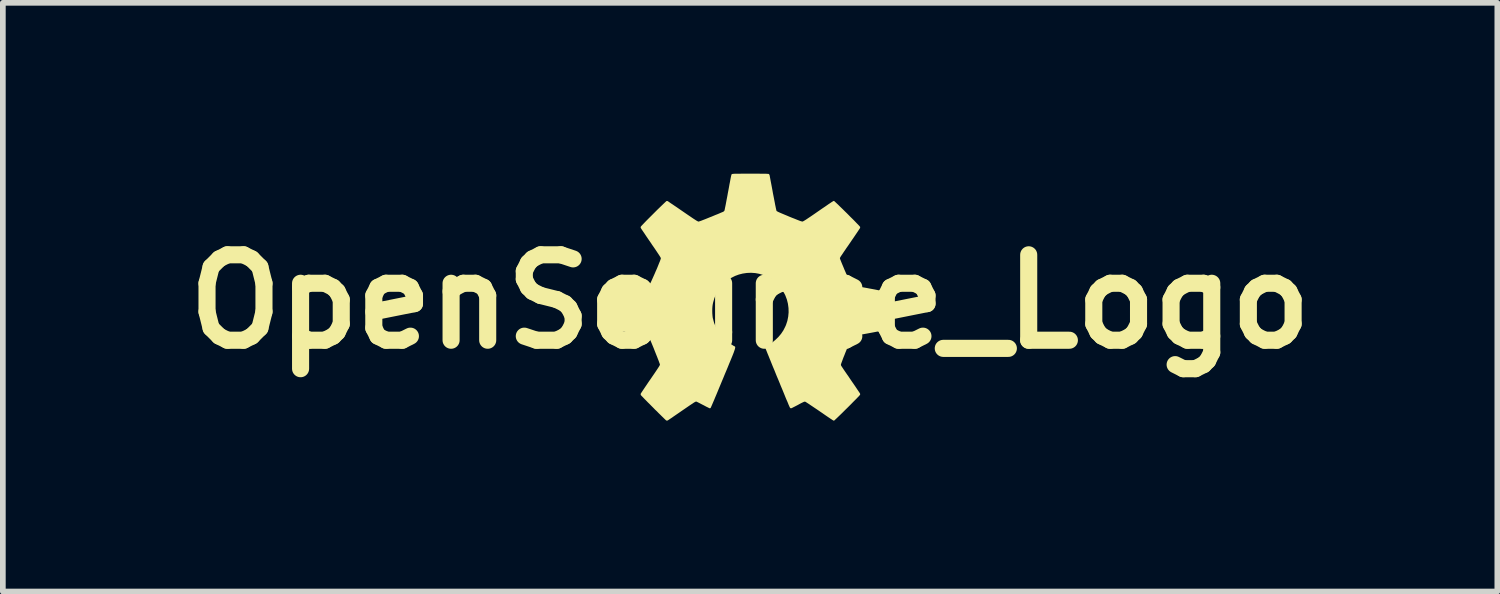
<source format=kicad_pcb>
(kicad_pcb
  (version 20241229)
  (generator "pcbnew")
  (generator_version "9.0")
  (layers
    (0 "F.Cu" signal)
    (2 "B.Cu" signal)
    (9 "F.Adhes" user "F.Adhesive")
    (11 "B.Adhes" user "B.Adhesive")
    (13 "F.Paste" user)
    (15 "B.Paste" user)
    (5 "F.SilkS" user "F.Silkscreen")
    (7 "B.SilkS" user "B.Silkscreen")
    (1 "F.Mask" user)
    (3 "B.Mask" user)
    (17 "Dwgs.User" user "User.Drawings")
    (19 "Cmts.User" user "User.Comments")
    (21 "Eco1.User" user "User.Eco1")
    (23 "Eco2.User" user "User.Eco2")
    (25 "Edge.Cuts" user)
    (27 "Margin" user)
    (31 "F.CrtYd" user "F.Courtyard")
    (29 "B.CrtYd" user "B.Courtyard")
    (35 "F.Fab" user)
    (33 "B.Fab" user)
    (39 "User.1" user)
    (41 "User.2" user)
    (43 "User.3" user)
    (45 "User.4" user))
  (footprint "OpenSource_Logo"
    (layer "F.Cu")
    (at 10.121 2.246)
    (property "Reference" "OpenSource_Logo" (at 0 0 0) (layer "F.SilkS") (effects (font (size 1.5 1.5) (thickness 0.3))))
    (attr board_only exclude_from_pos_files exclude_from_bom)
    (fp_poly (pts (xy 0.067 -2.246) (xy 0.12 -2.246) (xy 0.165 -2.246) (xy 0.203 -2.245) (xy 0.235 -2.245) (xy 0.26 -2.245) (xy 0.281 -2.245) (xy 0.297 -2.244) (xy 0.309 -2.243) (xy 0.318 -2.243) (xy 0.325 -2.242) (xy 0.329 -2.24) (xy 0.332 -2.239) (xy 0.333 -2.238) (xy 0.333 -2.237) (xy 0.34 -2.227) (xy 0.344 -2.214) (xy 0.344 -2.214) (xy 0.361 -2.122) (xy 0.377 -2.039) (xy 0.391 -1.964) (xy 0.403 -1.896) (xy 0.415 -1.836) (xy 0.425 -1.784) (xy 0.434 -1.738) (xy 0.441 -1.699) (xy 0.448 -1.667) (xy 0.453 -1.641) (xy 0.458 -1.62) (xy 0.461 -1.605) (xy 0.464 -1.596) (xy 0.466 -1.591) (xy 0.466 -1.591) (xy 0.47 -1.588) (xy 0.479 -1.583) (xy 0.492 -1.576) (xy 0.511 -1.567) (xy 0.536 -1.556) (xy 0.567 -1.543) (xy 0.605 -1.527) (xy 0.651 -1.508) (xy 0.688 -1.492) (xy 0.737 -1.472) (xy 0.779 -1.456) (xy 0.813 -1.442) (xy 0.841 -1.431) (xy 0.864 -1.422) (xy 0.882 -1.415) (xy 0.896 -1.411) (xy 0.907 -1.408) (xy 0.914 -1.406) (xy 0.92 -1.406) (xy 0.92 -1.406) (xy 0.925 -1.407) (xy 0.931 -1.409) (xy 0.939 -1.414) (xy 0.95 -1.42) (xy 0.965 -1.429) (xy 0.983 -1.44) (xy 1.005 -1.455) (xy 1.032 -1.473) (xy 1.065 -1.495) (xy 1.103 -1.521) (xy 1.148 -1.552) (xy 1.181 -1.575) (xy 1.233 -1.611) (xy 1.278 -1.642) (xy 1.317 -1.668) (xy 1.35 -1.691) (xy 1.377 -1.71) (xy 1.4 -1.725) (xy 1.419 -1.738) (xy 1.433 -1.747) (xy 1.445 -1.755) (xy 1.454 -1.76) (xy 1.46 -1.764) (xy 1.465 -1.766) (xy 1.468 -1.767) (xy 1.47 -1.768) (xy 1.473 -1.768) (xy 1.473 -1.768) (xy 1.478 -1.765) (xy 1.488 -1.756) (xy 1.503 -1.742) (xy 1.522 -1.724) (xy 1.546 -1.702) (xy 1.572 -1.676) (xy 1.601 -1.648) (xy 1.632 -1.618) (xy 1.664 -1.586) (xy 1.697 -1.554) (xy 1.73 -1.521) (xy 1.762 -1.488) (xy 1.794 -1.457) (xy 1.824 -1.427) (xy 1.851 -1.399) (xy 1.875 -1.374) (xy 1.896 -1.353) (xy 1.913 -1.335) (xy 1.924 -1.322) (xy 1.931 -1.315) (xy 1.932 -1.313) (xy 1.933 -1.3) (xy 1.932 -1.293) (xy 1.929 -1.288) (xy 1.921 -1.276) (xy 1.909 -1.258) (xy 1.894 -1.235) (xy 1.875 -1.207) (xy 1.854 -1.176) (xy 1.831 -1.142) (xy 1.806 -1.105) (xy 1.791 -1.084) (xy 1.754 -1.029) (xy 1.721 -0.981) (xy 1.692 -0.94) (xy 1.668 -0.904) (xy 1.647 -0.874) (xy 1.63 -0.848) (xy 1.616 -0.827) (xy 1.604 -0.81) (xy 1.595 -0.797) (xy 1.589 -0.786) (xy 1.584 -0.778) (xy 1.581 -0.772) (xy 1.579 -0.768) (xy 1.578 -0.765) (xy 1.578 -0.762) (xy 1.578 -0.76) (xy 1.578 -0.76) (xy 1.579 -0.753) (xy 1.584 -0.74) (xy 1.592 -0.72) (xy 1.602 -0.695) (xy 1.614 -0.665) (xy 1.628 -0.632) (xy 1.643 -0.596) (xy 1.658 -0.559) (xy 1.675 -0.521) (xy 1.691 -0.483) (xy 1.707 -0.447) (xy 1.722 -0.412) (xy 1.736 -0.381) (xy 1.748 -0.353) (xy 1.758 -0.33) (xy 1.767 -0.313) (xy 1.772 -0.302) (xy 1.774 -0.3) (xy 1.782 -0.292) (xy 1.79 -0.288) (xy 1.795 -0.287) (xy 1.808 -0.284) (xy 1.829 -0.28) (xy 1.856 -0.275) (xy 1.889 -0.269) (xy 1.927 -0.261) (xy 1.97 -0.253) (xy 2.016 -0.245) (xy 2.065 -0.236) (xy 2.095 -0.23) (xy 2.145 -0.221) (xy 2.193 -0.212) (xy 2.237 -0.203) (xy 2.278 -0.195) (xy 2.314 -0.188) (xy 2.345 -0.182) (xy 2.37 -0.177) (xy 2.388 -0.174) (xy 2.398 -0.171) (xy 2.4 -0.17) (xy 2.409 -0.163) (xy 2.411 -0.159) (xy 2.412 -0.154) (xy 2.412 -0.14) (xy 2.412 -0.119) (xy 2.413 -0.091) (xy 2.413 -0.057) (xy 2.413 -0.019) (xy 2.414 0.025) (xy 2.414 0.072) (xy 2.414 0.122) (xy 2.414 0.164) (xy 2.414 0.225) (xy 2.414 0.277) (xy 2.414 0.321) (xy 2.414 0.359) (xy 2.413 0.39) (xy 2.413 0.416) (xy 2.413 0.436) (xy 2.412 0.452) (xy 2.412 0.464) (xy 2.411 0.473) (xy 2.41 0.479) (xy 2.409 0.484) (xy 2.407 0.486) (xy 2.406 0.488) (xy 2.405 0.489) (xy 2.398 0.495) (xy 2.393 0.498) (xy 2.388 0.499) (xy 2.375 0.501) (xy 2.355 0.505) (xy 2.329 0.51) (xy 2.296 0.516) (xy 2.259 0.523) (xy 2.217 0.53) (xy 2.171 0.539) (xy 2.123 0.548) (xy 2.096 0.553) (xy 2.037 0.564) (xy 1.987 0.573) (xy 1.943 0.582) (xy 1.907 0.589) (xy 1.877 0.595) (xy 1.853 0.6) (xy 1.834 0.604) (xy 1.819 0.607) (xy 1.808 0.61) (xy 1.8 0.613) (xy 1.795 0.615) (xy 1.792 0.617) (xy 1.792 0.618) (xy 1.788 0.623) (xy 1.782 0.637) (xy 1.773 0.656) (xy 1.762 0.682) (xy 1.749 0.712) (xy 1.735 0.745) (xy 1.72 0.781) (xy 1.705 0.82) (xy 1.689 0.859) (xy 1.673 0.898) (xy 1.658 0.937) (xy 1.643 0.973) (xy 1.63 1.007) (xy 1.619 1.038) (xy 1.609 1.064) (xy 1.602 1.084) (xy 1.597 1.098) (xy 1.595 1.105) (xy 1.597 1.118) (xy 1.6 1.126) (xy 1.603 1.131) (xy 1.611 1.143) (xy 1.623 1.161) (xy 1.638 1.184) (xy 1.657 1.212) (xy 1.679 1.244) (xy 1.703 1.279) (xy 1.73 1.317) (xy 1.757 1.358) (xy 1.766 1.371) (xy 1.794 1.412) (xy 1.821 1.451) (xy 1.846 1.487) (xy 1.868 1.52) (xy 1.888 1.55) (xy 1.905 1.575) (xy 1.918 1.594) (xy 1.927 1.608) (xy 1.931 1.615) (xy 1.932 1.616) (xy 1.933 1.629) (xy 1.932 1.636) (xy 1.928 1.641) (xy 1.918 1.652) (xy 1.904 1.668) (xy 1.885 1.687) (xy 1.862 1.711) (xy 1.836 1.737) (xy 1.807 1.766) (xy 1.777 1.797) (xy 1.745 1.829) (xy 1.712 1.862) (xy 1.679 1.894) (xy 1.646 1.927) (xy 1.615 1.958) (xy 1.585 1.987) (xy 1.558 2.013) (xy 1.533 2.037) (xy 1.512 2.057) (xy 1.495 2.073) (xy 1.482 2.085) (xy 1.476 2.09) (xy 1.474 2.091) (xy 1.472 2.091) (xy 1.469 2.09) (xy 1.466 2.089) (xy 1.461 2.087) (xy 1.454 2.083) (xy 1.445 2.078) (xy 1.434 2.07) (xy 1.418 2.06) (xy 1.399 2.047) (xy 1.375 2.031) (xy 1.347 2.012) (xy 1.312 1.988) (xy 1.272 1.96) (xy 1.225 1.928) (xy 1.215 1.921) (xy 1.174 1.893) (xy 1.135 1.867) (xy 1.098 1.842) (xy 1.065 1.82) (xy 1.036 1.8) (xy 1.011 1.784) (xy 0.991 1.771) (xy 0.977 1.762) (xy 0.969 1.758) (xy 0.968 1.758) (xy 0.964 1.757) (xy 0.959 1.757) (xy 0.952 1.758) (xy 0.943 1.761) (xy 0.931 1.767) (xy 0.914 1.775) (xy 0.892 1.786) (xy 0.864 1.801) (xy 0.841 1.814) (xy 0.812 1.829) (xy 0.785 1.843) (xy 0.761 1.855) (xy 0.742 1.865) (xy 0.728 1.871) (xy 0.721 1.874) (xy 0.72 1.874) (xy 0.711 1.872) (xy 0.704 1.867) (xy 0.697 1.856) (xy 0.691 1.843) (xy 0.686 1.831) (xy 0.677 1.812) (xy 0.667 1.786) (xy 0.654 1.755) (xy 0.638 1.719) (xy 0.621 1.678) (xy 0.603 1.633) (xy 0.583 1.584) (xy 0.562 1.533) (xy 0.539 1.479) (xy 0.517 1.424) (xy 0.494 1.368) (xy 0.47 1.312) (xy 0.447 1.255) (xy 0.425 1.2) (xy 0.402 1.146) (xy 0.381 1.094) (xy 0.361 1.044) (xy 0.342 0.998) (xy 0.325 0.955) (xy 0.309 0.917) (xy 0.296 0.884) (xy 0.285 0.857) (xy 0.276 0.835) (xy 0.27 0.821) (xy 0.268 0.814) (xy 0.268 0.813) (xy 0.269 0.805) (xy 0.275 0.797) (xy 0.285 0.788) (xy 0.301 0.776) (xy 0.31 0.771) (xy 0.381 0.724) (xy 0.443 0.674) (xy 0.498 0.621) (xy 0.545 0.565) (xy 0.585 0.505) (xy 0.617 0.442) (xy 0.631 0.411) (xy 0.655 0.338) (xy 0.67 0.263) (xy 0.677 0.188) (xy 0.675 0.113) (xy 0.665 0.038) (xy 0.647 -0.035) (xy 0.62 -0.107) (xy 0.606 -0.135) (xy 0.568 -0.201) (xy 0.524 -0.261) (xy 0.474 -0.315) (xy 0.42 -0.363) (xy 0.36 -0.405) (xy 0.297 -0.44) (xy 0.23 -0.467) (xy 0.161 -0.488) (xy 0.09 -0.501) (xy 0.017 -0.506) (xy -0.056 -0.503) (xy -0.13 -0.492) (xy -0.197 -0.475) (xy -0.262 -0.451) (xy -0.322 -0.421) (xy -0.378 -0.385) (xy -0.431 -0.342) (xy -0.467 -0.308) (xy -0.519 -0.251) (xy -0.563 -0.19) (xy -0.599 -0.127) (xy -0.627 -0.059) (xy -0.648 0.014) (xy -0.655 0.046) (xy -0.66 0.08) (xy -0.663 0.119) (xy -0.664 0.161) (xy -0.663 0.204) (xy -0.66 0.245) (xy -0.656 0.281) (xy -0.653 0.294) (xy -0.633 0.369) (xy -0.605 0.441) (xy -0.571 0.508) (xy -0.529 0.57) (xy -0.481 0.627) (xy -0.45 0.657) (xy -0.432 0.673) (xy -0.408 0.692) (xy -0.382 0.712) (xy -0.354 0.733) (xy -0.327 0.752) (xy -0.303 0.768) (xy -0.289 0.777) (xy -0.283 0.78) (xy -0.277 0.783) (xy -0.272 0.785) (xy -0.268 0.788) (xy -0.264 0.791) (xy -0.262 0.796) (xy -0.261 0.801) (xy -0.261 0.809) (xy -0.263 0.819) (xy -0.266 0.832) (xy -0.271 0.848) (xy -0.278 0.868) (xy -0.286 0.892) (xy -0.297 0.92) (xy -0.31 0.953) (xy -0.326 0.992) (xy -0.344 1.036) (xy -0.365 1.086) (xy -0.388 1.143) (xy -0.415 1.208) (xy -0.445 1.279) (xy -0.469 1.338) (xy -0.496 1.402) (xy -0.522 1.465) (xy -0.547 1.525) (xy -0.57 1.581) (xy -0.592 1.634) (xy -0.613 1.683) (xy -0.631 1.727) (xy -0.648 1.766) (xy -0.662 1.799) (xy -0.674 1.827) (xy -0.683 1.847) (xy -0.689 1.86) (xy -0.691 1.866) (xy -0.691 1.866) (xy -0.7 1.872) (xy -0.707 1.874) (xy -0.713 1.872) (xy -0.726 1.866) (xy -0.744 1.857) (xy -0.767 1.846) (xy -0.793 1.832) (xy -0.821 1.817) (xy -0.822 1.817) (xy -0.851 1.802) (xy -0.878 1.788) (xy -0.901 1.776) (xy -0.921 1.766) (xy -0.934 1.76) (xy -0.941 1.757) (xy -0.941 1.757) (xy -0.944 1.756) (xy -0.947 1.755) (xy -0.951 1.756) (xy -0.955 1.757) (xy -0.961 1.76) (xy -0.969 1.764) (xy -0.98 1.77) (xy -0.994 1.779) (xy -1.011 1.791) (xy -1.033 1.805) (xy -1.06 1.823) (xy -1.092 1.845) (xy -1.13 1.871) (xy -1.175 1.902) (xy -1.197 1.917) (xy -1.236 1.944) (xy -1.274 1.97) (xy -1.309 1.994) (xy -1.341 2.016) (xy -1.369 2.036) (xy -1.393 2.052) (xy -1.412 2.064) (xy -1.424 2.073) (xy -1.429 2.076) (xy -1.444 2.086) (xy -1.456 2.09) (xy -1.466 2.089) (xy -1.474 2.086) (xy -1.479 2.082) (xy -1.489 2.072) (xy -1.505 2.057) (xy -1.525 2.037) (xy -1.549 2.014) (xy -1.575 1.988) (xy -1.605 1.959) (xy -1.635 1.928) (xy -1.668 1.897) (xy -1.7 1.864) (xy -1.733 1.831) (xy -1.764 1.799) (xy -1.795 1.769) (xy -1.823 1.74) (xy -1.849 1.714) (xy -1.872 1.69) (xy -1.89 1.671) (xy -1.905 1.656) (xy -1.914 1.646) (xy -1.917 1.642) (xy -1.921 1.63) (xy -1.921 1.62) (xy -1.918 1.615) (xy -1.911 1.603) (xy -1.899 1.585) (xy -1.884 1.562) (xy -1.865 1.534) (xy -1.843 1.501) (xy -1.819 1.466) (xy -1.793 1.427) (xy -1.765 1.386) (xy -1.75 1.365) (xy -1.714 1.312) (xy -1.683 1.267) (xy -1.656 1.227) (xy -1.634 1.194) (xy -1.616 1.167) (xy -1.602 1.145) (xy -1.592 1.129) (xy -1.586 1.117) (xy -1.582 1.11) (xy -1.582 1.108) (xy -1.584 1.101) (xy -1.588 1.087) (xy -1.596 1.066) (xy -1.605 1.04) (xy -1.617 1.01) (xy -1.63 0.976) (xy -1.645 0.939) (xy -1.66 0.901) (xy -1.676 0.861) (xy -1.691 0.822) (xy -1.707 0.783) (xy -1.722 0.747) (xy -1.736 0.713) (xy -1.749 0.683) (xy -1.76 0.658) (xy -1.768 0.638) (xy -1.775 0.624) (xy -1.778 0.618) (xy -1.778 0.618) (xy -1.781 0.616) (xy -1.785 0.614) (xy -1.792 0.611) (xy -1.801 0.609) (xy -1.814 0.605) (xy -1.83 0.602) (xy -1.852 0.597) (xy -1.878 0.592) (xy -1.911 0.586) (xy -1.95 0.578) (xy -1.996 0.569) (xy -2.049 0.559) (xy -2.083 0.553) (xy -2.134 0.544) (xy -2.181 0.535) (xy -2.226 0.526) (xy -2.266 0.518) (xy -2.302 0.511) (xy -2.333 0.505) (xy -2.357 0.5) (xy -2.375 0.497) (xy -2.385 0.494) (xy -2.387 0.494) (xy -2.39 0.492) (xy -2.393 0.489) (xy -2.396 0.484) (xy -2.398 0.478) (xy -2.4 0.47) (xy -2.401 0.458) (xy -2.402 0.442) (xy -2.403 0.422) (xy -2.404 0.397) (xy -2.404 0.366) (xy -2.405 0.329) (xy -2.405 0.285) (xy -2.405 0.234) (xy -2.405 0.174) (xy -2.405 0.161) (xy -2.405 0.099) (xy -2.405 0.046) (xy -2.405 0.000365) (xy -2.405 -0.038) (xy -2.404 -0.07) (xy -2.404 -0.097) (xy -2.403 -0.118) (xy -2.401 -0.135) (xy -2.4 -0.147) (xy -2.398 -0.156) (xy -2.395 -0.163) (xy -2.392 -0.167) (xy -2.388 -0.17) (xy -2.384 -0.172) (xy -2.379 -0.174) (xy -2.378 -0.174) (xy -2.371 -0.176) (xy -2.356 -0.179) (xy -2.334 -0.183) (xy -2.306 -0.188) (xy -2.272 -0.195) (xy -2.233 -0.202) (xy -2.19 -0.21) (xy -2.143 -0.219) (xy -2.094 -0.228) (xy -2.071 -0.232) (xy -2.005 -0.245) (xy -1.947 -0.256) (xy -1.897 -0.265) (xy -1.856 -0.273) (xy -1.823 -0.28) (xy -1.798 -0.286) (xy -1.78 -0.29) (xy -1.77 -0.293) (xy -1.768 -0.294) (xy -1.763 -0.3) (xy -1.756 -0.313) (xy -1.746 -0.333) (xy -1.734 -0.358) (xy -1.721 -0.387) (xy -1.706 -0.42) (xy -1.69 -0.456) (xy -1.673 -0.494) (xy -1.657 -0.532) (xy -1.64 -0.57) (xy -1.624 -0.608) (xy -1.61 -0.643) (xy -1.597 -0.676) (xy -1.585 -0.704) (xy -1.576 -0.728) (xy -1.57 -0.747) (xy -1.567 -0.759) (xy -1.566 -0.762) (xy -1.569 -0.769) (xy -1.576 -0.782) (xy -1.588 -0.802) (xy -1.605 -0.828) (xy -1.627 -0.861) (xy -1.653 -0.9) (xy -1.685 -0.947) (xy -1.722 -1) (xy -1.741 -1.029) (xy -1.77 -1.071) (xy -1.798 -1.112) (xy -1.824 -1.15) (xy -1.847 -1.185) (xy -1.868 -1.216) (xy -1.886 -1.242) (xy -1.901 -1.264) (xy -1.911 -1.28) (xy -1.917 -1.289) (xy -1.919 -1.292) (xy -1.922 -1.304) (xy -1.919 -1.315) (xy -1.915 -1.321) (xy -1.905 -1.332) (xy -1.89 -1.348) (xy -1.87 -1.369) (xy -1.847 -1.393) (xy -1.821 -1.42) (xy -1.792 -1.449) (xy -1.761 -1.48) (xy -1.729 -1.512) (xy -1.696 -1.545) (xy -1.663 -1.578) (xy -1.631 -1.61) (xy -1.6 -1.64) (xy -1.57 -1.669) (xy -1.543 -1.695) (xy -1.519 -1.718) (xy -1.499 -1.737) (xy -1.483 -1.752) (xy -1.472 -1.762) (xy -1.466 -1.766) (xy -1.466 -1.766) (xy -1.454 -1.766) (xy -1.446 -1.764) (xy -1.441 -1.761) (xy -1.429 -1.753) (xy -1.412 -1.741) (xy -1.389 -1.725) (xy -1.36 -1.706) (xy -1.328 -1.684) (xy -1.292 -1.66) (xy -1.253 -1.633) (xy -1.211 -1.604) (xy -1.179 -1.582) (xy -1.128 -1.547) (xy -1.084 -1.517) (xy -1.047 -1.492) (xy -1.015 -1.47) (xy -0.988 -1.452) (xy -0.966 -1.438) (xy -0.948 -1.426) (xy -0.934 -1.418) (xy -0.923 -1.412) (xy -0.915 -1.408) (xy -0.91 -1.406) (xy -0.906 -1.405) (xy -0.906 -1.405) (xy -0.897 -1.407) (xy -0.882 -1.412) (xy -0.858 -1.42) (xy -0.828 -1.432) (xy -0.791 -1.446) (xy -0.747 -1.464) (xy -0.698 -1.484) (xy -0.688 -1.487) (xy -0.648 -1.504) (xy -0.61 -1.52) (xy -0.574 -1.534) (xy -0.543 -1.547) (xy -0.516 -1.559) (xy -0.494 -1.568) (xy -0.479 -1.574) (xy -0.471 -1.578) (xy -0.471 -1.578) (xy -0.459 -1.586) (xy -0.451 -1.596) (xy -0.45 -1.597) (xy -0.448 -1.604) (xy -0.445 -1.618) (xy -0.441 -1.639) (xy -0.435 -1.667) (xy -0.428 -1.701) (xy -0.421 -1.739) (xy -0.413 -1.782) (xy -0.404 -1.828) (xy -0.395 -1.876) (xy -0.392 -1.895) (xy -0.38 -1.957) (xy -0.37 -2.011) (xy -0.362 -2.057) (xy -0.354 -2.096) (xy -0.348 -2.129) (xy -0.343 -2.156) (xy -0.339 -2.177) (xy -0.335 -2.195) (xy -0.332 -2.208) (xy -0.33 -2.218) (xy -0.328 -2.225) (xy -0.327 -2.229) (xy -0.325 -2.232) (xy -0.324 -2.234) (xy -0.322 -2.235) (xy -0.321 -2.237) (xy -0.32 -2.237) (xy -0.319 -2.239) (xy -0.316 -2.24) (xy -0.312 -2.241) (xy -0.306 -2.242) (xy -0.298 -2.243) (xy -0.286 -2.244) (xy -0.271 -2.245) (xy -0.251 -2.245) (xy -0.226 -2.245) (xy -0.196 -2.245) (xy -0.159 -2.246) (xy -0.115 -2.246) (xy -0.064 -2.246) (xy -0.005 -2.246) (xy 0.007 -2.246)) (stroke (width 0) (type solid)) (fill yes) (layer "F.SilkS")))
  (gr_rect
    (start -3 -3)
    (end 23.243 7.337)
    (stroke (width 0.1) (type default))
    (fill no)
    (layer "Edge.Cuts")))
</source>
